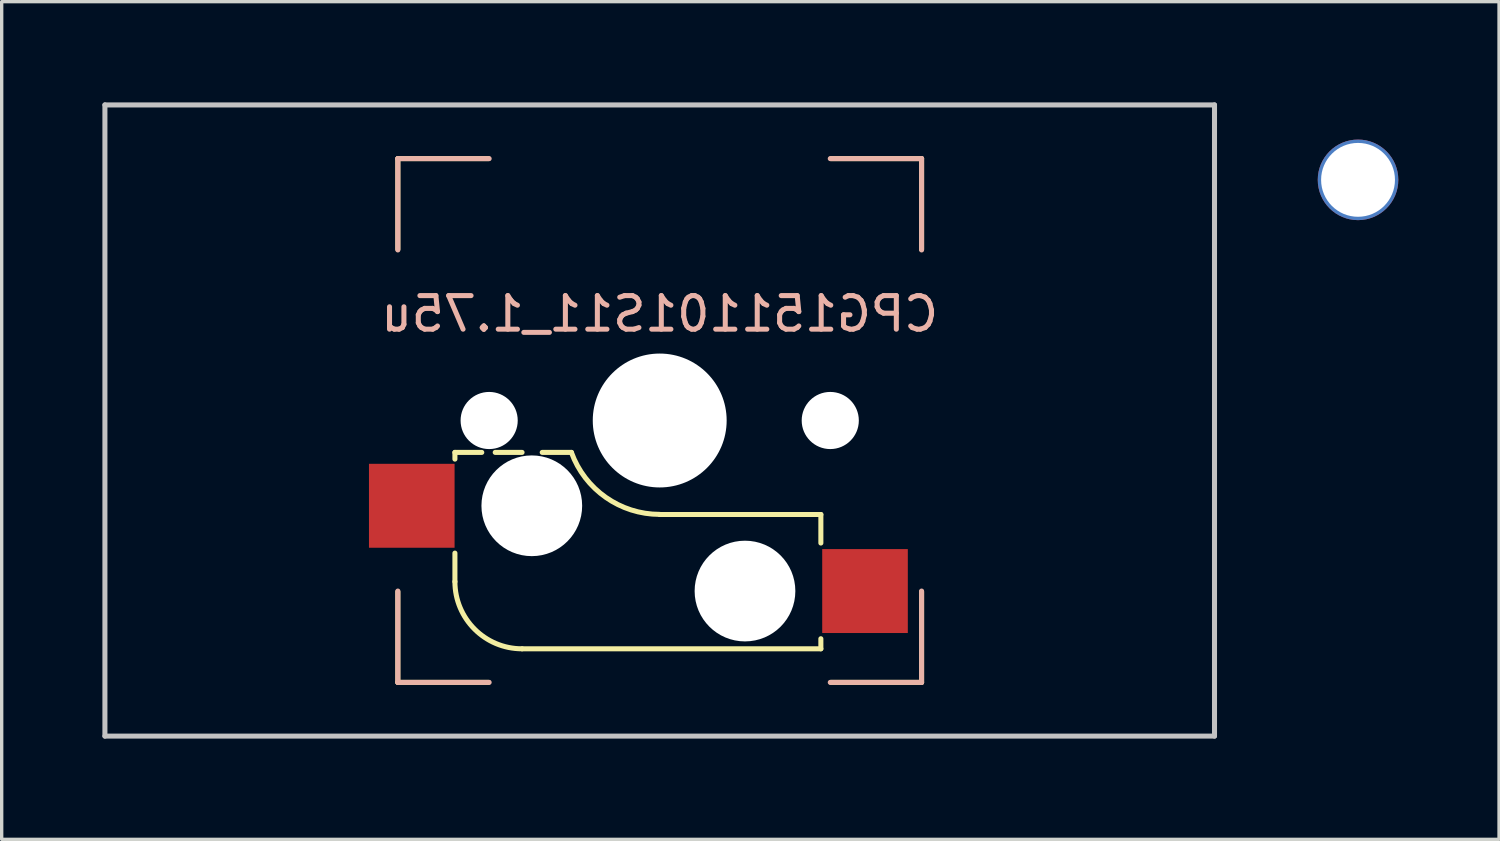
<source format=kicad_pcb>
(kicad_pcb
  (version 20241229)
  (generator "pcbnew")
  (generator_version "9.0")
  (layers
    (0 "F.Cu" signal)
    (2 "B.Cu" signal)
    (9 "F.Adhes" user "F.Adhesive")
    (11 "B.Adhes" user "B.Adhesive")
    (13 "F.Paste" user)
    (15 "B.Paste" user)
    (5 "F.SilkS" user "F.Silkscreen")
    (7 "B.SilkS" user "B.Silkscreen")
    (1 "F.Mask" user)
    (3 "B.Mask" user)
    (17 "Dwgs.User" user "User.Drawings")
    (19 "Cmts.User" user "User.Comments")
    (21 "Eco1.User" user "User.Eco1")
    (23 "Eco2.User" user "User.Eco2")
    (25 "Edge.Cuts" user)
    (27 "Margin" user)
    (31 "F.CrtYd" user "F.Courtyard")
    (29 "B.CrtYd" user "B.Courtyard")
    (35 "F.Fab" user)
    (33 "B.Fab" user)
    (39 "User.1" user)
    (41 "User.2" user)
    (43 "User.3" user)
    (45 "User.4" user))
  (footprint "HOLE_M2"
    (layer "F.Cu")
    (at 37.4 2.307)
    (property "Reference" "HOLE_M2" (at 0 -2 0) (layer "Eco2.User") (effects (font (size 0.3 0.3) (thickness 0.075))))
    (attr through_hole)
    (pad "1" thru_hole circle (at 0 0) (size 2.4 2.4) (drill 2.2) (layers "*.Cu" "*.Mask")))
  (footprint "CPG151101S11_1.75u"
    (layer "F.Cu")
    (at 16.6 9.475)
    (property "Reference" "CPG151101S11_1.75u" (at 0 -3.175 0) (layer "B.SilkS") (effects (font (size 1 1) (thickness 0.15)) (justify mirror)))
    (attr through_hole)
    (fp_line (start -7.8 -7.8) (end -7.8 -5.1) (stroke (width 0.15) (type solid)) (layer "F.SilkS"))
    (fp_line (start -7.8 5.1) (end -7.8 7.8) (stroke (width 0.15) (type solid)) (layer "F.SilkS"))
    (fp_line (start -7.8 7.8) (end -5.1 7.8) (stroke (width 0.15) (type solid)) (layer "F.SilkS"))
    (fp_line (start -6.1 0.95) (end -6.1 1.15) (stroke (width 0.15) (type solid)) (layer "F.SilkS"))
    (fp_line (start -6.1 4.8) (end -6.1 3.95) (stroke (width 0.15) (type solid)) (layer "F.SilkS"))
    (fp_line (start -5.3 0.95) (end -6.1 0.95) (stroke (width 0.15) (type solid)) (layer "F.SilkS"))
    (fp_line (start -5.1 -7.8) (end -7.8 -7.8) (stroke (width 0.15) (type solid)) (layer "F.SilkS"))
    (fp_line (start -4.9 0.95) (end -4.1 0.95) (stroke (width 0.15) (type solid)) (layer "F.SilkS"))
    (fp_line (start -3.5 0.95) (end -2.63 0.95) (stroke (width 0.15) (type solid)) (layer "F.SilkS"))
    (fp_line (start 4.8 2.8) (end 0 2.8) (stroke (width 0.15) (type solid)) (layer "F.SilkS"))
    (fp_line (start 4.8 2.8) (end 4.8 3.65) (stroke (width 0.15) (type solid)) (layer "F.SilkS"))
    (fp_line (start 4.8 6.8) (end -4.1 6.8) (stroke (width 0.15) (type solid)) (layer "F.SilkS"))
    (fp_line (start 4.8 6.8) (end 4.8 6.5) (stroke (width 0.15) (type solid)) (layer "F.SilkS"))
    (fp_line (start 5.1 7.8) (end 7.8 7.8) (stroke (width 0.15) (type solid)) (layer "F.SilkS"))
    (fp_line (start 7.8 -7.8) (end 5.1 -7.8) (stroke (width 0.15) (type solid)) (layer "F.SilkS"))
    (fp_line (start 7.8 -5.1) (end 7.8 -7.8) (stroke (width 0.15) (type solid)) (layer "F.SilkS"))
    (fp_line (start 7.8 7.8) (end 7.8 5.1) (stroke (width 0.15) (type solid)) (layer "F.SilkS"))
    (fp_arc (start -4.1 6.8) (mid -5.514214 6.214214) (end -6.1 4.8) (stroke (width 0.15) (type solid)) (layer "F.SilkS"))
    (fp_arc (start 0 2.796319) (mid -1.606689 2.288657) (end -2.63 0.95) (stroke (width 0.15) (type solid)) (layer "F.SilkS"))
    (fp_line (start -7.8 -7.8) (end -5.08 -7.8) (stroke (width 0.15) (type solid)) (layer "B.SilkS"))
    (fp_line (start -7.8 -5.08) (end -7.8 -7.8) (stroke (width 0.15) (type solid)) (layer "B.SilkS"))
    (fp_line (start -7.8 5.08) (end -7.8 7.8) (stroke (width 0.15) (type solid)) (layer "B.SilkS"))
    (fp_line (start -7.8 7.8) (end -5.08 7.8) (stroke (width 0.15) (type solid)) (layer "B.SilkS"))
    (fp_line (start 5.08 -7.8) (end 7.8 -7.8) (stroke (width 0.15) (type solid)) (layer "B.SilkS"))
    (fp_line (start 7.8 -7.8) (end 7.8 -5.08) (stroke (width 0.15) (type solid)) (layer "B.SilkS"))
    (fp_line (start 7.8 5.08) (end 7.8 7.8) (stroke (width 0.15) (type solid)) (layer "B.SilkS"))
    (fp_line (start 7.8 7.8) (end 5.08 7.8) (stroke (width 0.15) (type solid)) (layer "B.SilkS"))
    (fp_line (start -16.525 -9.4) (end -16.525 9.4) (stroke (width 0.15) (type solid)) (layer "Dwgs.User"))
    (fp_line (start -16.525 9.4) (end 16.525 9.4) (stroke (width 0.15) (type solid)) (layer "Dwgs.User"))
    (fp_line (start 16.525 -9.4) (end -16.525 -9.4) (stroke (width 0.15) (type solid)) (layer "Dwgs.User"))
    (fp_line (start 16.525 9.4) (end 16.525 -9.4) (stroke (width 0.15) (type solid)) (layer "Dwgs.User"))
    (fp_line (start -0.635 3.81) (end -0.635 3.81) (stroke (width 0.1) (type solid)) (layer "Eco1.User"))
    (fp_line (start -7 -7) (end -7 7) (stroke (width 0.15) (type solid)) (layer "Eco2.User"))
    (fp_line (start -7 -7) (end 7 -7) (stroke (width 0.15) (type solid)) (layer "Eco2.User"))
    (fp_line (start 7 7) (end -7 7) (stroke (width 0.15) (type solid)) (layer "Eco2.User"))
    (fp_line (start 7 7) (end 7 -7) (stroke (width 0.15) (type solid)) (layer "Eco2.User"))
    (pad "" np_thru_hole circle (at -5.08 0 180) (size 1.702 1.702) (drill 1.702) (layers "*.Cu" "*.Mask"))
    (pad "" np_thru_hole circle (at -3.81 2.54 180) (size 3 3) (drill 3) (layers "*.Cu" "*.Mask"))
    (pad "" np_thru_hole circle (at 0 0 180) (size 3.988 3.988) (drill 3.988) (layers "*.Cu" "*.Mask"))
    (pad "" np_thru_hole circle (at 2.54 5.08 180) (size 3 3) (drill 3) (layers "*.Cu" "*.Mask"))
    (pad "" np_thru_hole circle (at 5.08 0 180) (size 1.702 1.702) (drill 1.702) (layers "*.Cu" "*.Mask"))
    (pad "1" smd rect (at -7.385 2.54 180) (size 2.55 2.5) (layers "F.Cu" "F.Mask" "F.Paste"))
    (pad "2" smd rect (at 6.115 5.08) (size 2.55 2.5) (layers "F.Cu" "F.Mask" "F.Paste")))
  (gr_rect
    (start -3 -3)
    (end 41.6 21.95)
    (stroke (width 0.1) (type default))
    (fill no)
    (layer "Edge.Cuts")))
</source>
